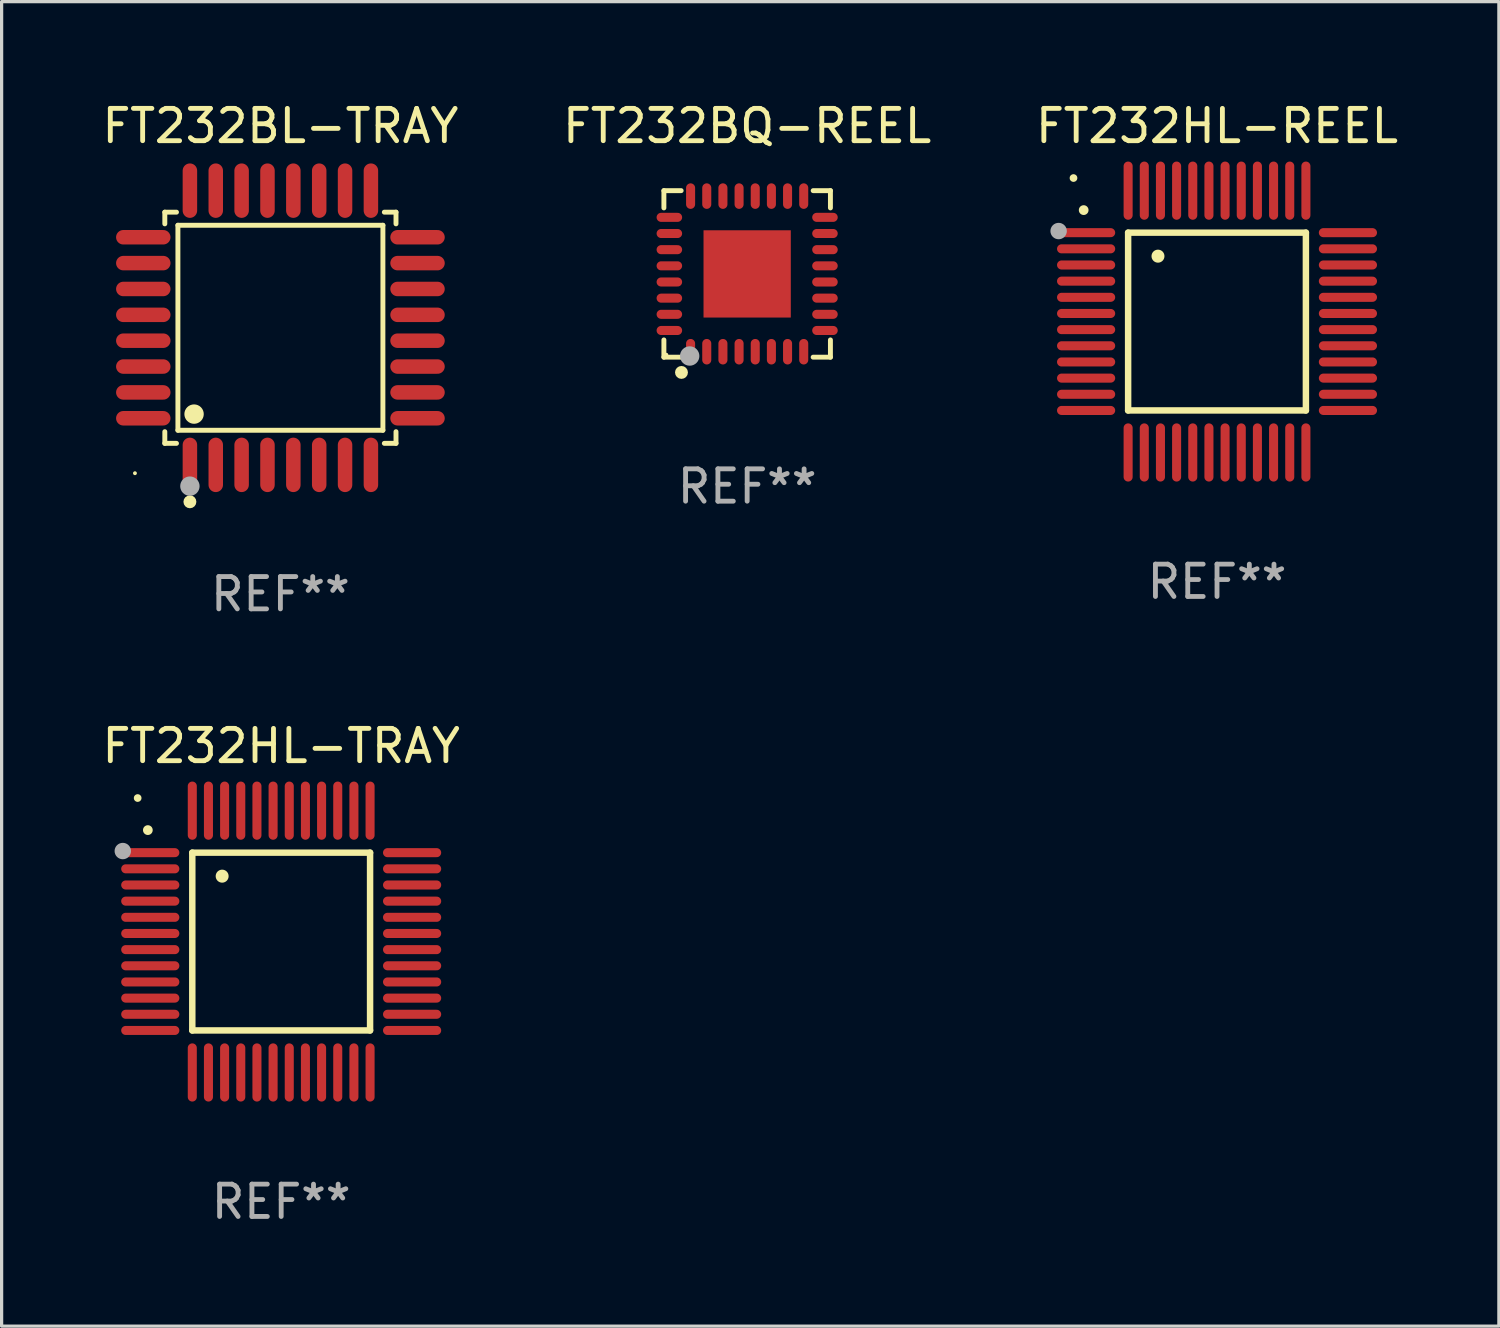
<source format=kicad_pcb>
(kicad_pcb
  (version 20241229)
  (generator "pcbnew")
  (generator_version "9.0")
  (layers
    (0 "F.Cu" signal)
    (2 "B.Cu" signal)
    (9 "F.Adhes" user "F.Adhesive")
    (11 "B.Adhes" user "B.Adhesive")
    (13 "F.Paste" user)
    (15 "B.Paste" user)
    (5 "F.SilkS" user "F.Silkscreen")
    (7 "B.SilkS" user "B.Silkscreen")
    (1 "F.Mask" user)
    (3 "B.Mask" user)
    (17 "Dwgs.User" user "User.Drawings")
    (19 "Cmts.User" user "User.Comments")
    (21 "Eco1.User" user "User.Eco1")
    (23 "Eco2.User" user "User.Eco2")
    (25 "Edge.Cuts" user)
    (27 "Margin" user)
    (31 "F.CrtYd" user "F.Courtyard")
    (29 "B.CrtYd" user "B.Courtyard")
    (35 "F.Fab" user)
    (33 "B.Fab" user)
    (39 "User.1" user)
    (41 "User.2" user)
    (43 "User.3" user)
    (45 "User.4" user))
  (footprint "FT232BQ-REEL"
    (layer "F.Cu")
    (at 20.065 5.424)
    (property "Reference" "FT232BQ-REEL" (at 0 -4.576 0) (layer "F.SilkS") (effects (font (size 1 1) (thickness 0.15))))
    (attr through_hole)
    (fp_line (start -2.576 -2.576) (end -2.576 -2.042) (stroke (width 0.152) (type solid)) (layer "F.SilkS"))
    (fp_line (start -2.576 2.576) (end -2.576 2.042) (stroke (width 0.152) (type solid)) (layer "F.SilkS"))
    (fp_line (start -2.042 -2.576) (end -2.576 -2.576) (stroke (width 0.152) (type solid)) (layer "F.SilkS"))
    (fp_line (start -2.042 2.576) (end -2.576 2.576) (stroke (width 0.152) (type solid)) (layer "F.SilkS"))
    (fp_line (start 2.042 -2.576) (end 2.576 -2.576) (stroke (width 0.152) (type solid)) (layer "F.SilkS"))
    (fp_line (start 2.042 2.576) (end 2.576 2.576) (stroke (width 0.152) (type solid)) (layer "F.SilkS"))
    (fp_line (start 2.576 -2.576) (end 2.576 -2.042) (stroke (width 0.152) (type solid)) (layer "F.SilkS"))
    (fp_line (start 2.576 2.576) (end 2.576 2.042) (stroke (width 0.152) (type solid)) (layer "F.SilkS"))
    (fp_circle (center -2.5 2.5) (end -2.47 2.5) (stroke (width 0.06) (type solid)) (fill no) (layer "F.SilkS"))
    (fp_circle (center -2.032 3.048) (end -1.932 3.048) (stroke (width 0.2) (type solid)) (fill no) (layer "F.SilkS"))
    (fp_circle (center -1.778 2.54) (end -1.628 2.54) (stroke (width 0.3) (type solid)) (fill no) (layer "F.Fab"))
    (fp_text user "REF**" (at 0 6.576 0) (layer "F.Fab") (effects (font (size 1 1) (thickness 0.15))))
    (pad "1" smd oval (at -1.75 2.407 90) (size 0.79 0.28) (layers "F.Cu" "F.Mask" "F.Paste"))
    (pad "2" smd oval (at -1.25 2.407 90) (size 0.79 0.28) (layers "F.Cu" "F.Mask" "F.Paste"))
    (pad "3" smd oval (at -0.75 2.407 90) (size 0.79 0.28) (layers "F.Cu" "F.Mask" "F.Paste"))
    (pad "4" smd oval (at -0.25 2.407 90) (size 0.79 0.28) (layers "F.Cu" "F.Mask" "F.Paste"))
    (pad "5" smd oval (at 0.25 2.407 90) (size 0.79 0.28) (layers "F.Cu" "F.Mask" "F.Paste"))
    (pad "6" smd oval (at 0.75 2.407 90) (size 0.79 0.28) (layers "F.Cu" "F.Mask" "F.Paste"))
    (pad "7" smd oval (at 1.25 2.407 90) (size 0.79 0.28) (layers "F.Cu" "F.Mask" "F.Paste"))
    (pad "8" smd oval (at 1.75 2.407 90) (size 0.79 0.28) (layers "F.Cu" "F.Mask" "F.Paste"))
    (pad "9" smd oval (at 2.407 1.75 90) (size 0.28 0.79) (layers "F.Cu" "F.Mask" "F.Paste"))
    (pad "10" smd oval (at 2.407 1.25 90) (size 0.28 0.79) (layers "F.Cu" "F.Mask" "F.Paste"))
    (pad "11" smd oval (at 2.407 0.75 90) (size 0.28 0.79) (layers "F.Cu" "F.Mask" "F.Paste"))
    (pad "12" smd oval (at 2.407 0.25 90) (size 0.28 0.79) (layers "F.Cu" "F.Mask" "F.Paste"))
    (pad "13" smd oval (at 2.407 -0.25 90) (size 0.28 0.79) (layers "F.Cu" "F.Mask" "F.Paste"))
    (pad "14" smd oval (at 2.407 -0.75 90) (size 0.28 0.79) (layers "F.Cu" "F.Mask" "F.Paste"))
    (pad "15" smd oval (at 2.407 -1.25 90) (size 0.28 0.79) (layers "F.Cu" "F.Mask" "F.Paste"))
    (pad "16" smd oval (at 2.407 -1.75 90) (size 0.28 0.79) (layers "F.Cu" "F.Mask" "F.Paste"))
    (pad "17" smd oval (at 1.75 -2.407 90) (size 0.79 0.28) (layers "F.Cu" "F.Mask" "F.Paste"))
    (pad "18" smd oval (at 1.25 -2.407 90) (size 0.79 0.28) (layers "F.Cu" "F.Mask" "F.Paste"))
    (pad "19" smd oval (at 0.75 -2.407 90) (size 0.79 0.28) (layers "F.Cu" "F.Mask" "F.Paste"))
    (pad "20" smd oval (at 0.25 -2.407 90) (size 0.79 0.28) (layers "F.Cu" "F.Mask" "F.Paste"))
    (pad "21" smd oval (at -0.25 -2.407 90) (size 0.79 0.28) (layers "F.Cu" "F.Mask" "F.Paste"))
    (pad "22" smd oval (at -0.75 -2.407 90) (size 0.79 0.28) (layers "F.Cu" "F.Mask" "F.Paste"))
    (pad "23" smd oval (at -1.25 -2.407 90) (size 0.79 0.28) (layers "F.Cu" "F.Mask" "F.Paste"))
    (pad "24" smd oval (at -1.75 -2.407 90) (size 0.79 0.28) (layers "F.Cu" "F.Mask" "F.Paste"))
    (pad "25" smd oval (at -2.407 -1.75 90) (size 0.28 0.79) (layers "F.Cu" "F.Mask" "F.Paste"))
    (pad "26" smd oval (at -2.407 -1.25 90) (size 0.28 0.79) (layers "F.Cu" "F.Mask" "F.Paste"))
    (pad "27" smd oval (at -2.407 -0.75 90) (size 0.28 0.79) (layers "F.Cu" "F.Mask" "F.Paste"))
    (pad "28" smd oval (at -2.407 -0.25 90) (size 0.28 0.79) (layers "F.Cu" "F.Mask" "F.Paste"))
    (pad "29" smd oval (at -2.407 0.25 90) (size 0.28 0.79) (layers "F.Cu" "F.Mask" "F.Paste"))
    (pad "30" smd oval (at -2.407 0.75 90) (size 0.28 0.79) (layers "F.Cu" "F.Mask" "F.Paste"))
    (pad "31" smd oval (at -2.407 1.25 90) (size 0.28 0.79) (layers "F.Cu" "F.Mask" "F.Paste"))
    (pad "32" smd oval (at -2.407 1.75 90) (size 0.28 0.79) (layers "F.Cu" "F.Mask" "F.Paste"))
    (pad "33" smd rect (at 0 0 90) (size 2.7 2.7) (layers "F.Cu" "F.Mask" "F.Paste")))
  (footprint "FT232BL-TRAY"
    (layer "F.Cu")
    (at 5.625 7.09)
    (property "Reference" "FT232BL-TRAY" (at 0 -6.242 0) (layer "F.SilkS") (effects (font (size 1 1) (thickness 0.15))))
    (attr through_hole)
    (fp_line (start -3.576 -3.576) (end -3.215 -3.576) (stroke (width 0.152) (type solid)) (layer "F.SilkS"))
    (fp_line (start -3.576 -3.215) (end -3.576 -3.576) (stroke (width 0.152) (type solid)) (layer "F.SilkS"))
    (fp_line (start -3.576 3.215) (end -3.576 3.576) (stroke (width 0.152) (type solid)) (layer "F.SilkS"))
    (fp_line (start -3.576 3.576) (end -3.215 3.576) (stroke (width 0.152) (type solid)) (layer "F.SilkS"))
    (fp_line (start -3.171 -3.171) (end 3.171 -3.171) (stroke (width 0.152) (type solid)) (layer "F.SilkS"))
    (fp_line (start -3.171 3.171) (end -3.171 -3.171) (stroke (width 0.152) (type solid)) (layer "F.SilkS"))
    (fp_line (start 3.171 -3.171) (end 3.171 3.171) (stroke (width 0.152) (type solid)) (layer "F.SilkS"))
    (fp_line (start 3.171 3.171) (end -3.171 3.171) (stroke (width 0.152) (type solid)) (layer "F.SilkS"))
    (fp_line (start 3.576 -3.576) (end 3.215 -3.576) (stroke (width 0.152) (type solid)) (layer "F.SilkS"))
    (fp_line (start 3.576 -3.215) (end 3.576 -3.576) (stroke (width 0.152) (type solid)) (layer "F.SilkS"))
    (fp_line (start 3.576 3.215) (end 3.576 3.576) (stroke (width 0.152) (type solid)) (layer "F.SilkS"))
    (fp_line (start 3.576 3.576) (end 3.215 3.576) (stroke (width 0.152) (type solid)) (layer "F.SilkS"))
    (fp_circle (center -4.5 4.5) (end -4.47 4.5) (stroke (width 0.06) (type solid)) (fill no) (layer "F.SilkS"))
    (fp_circle (center -2.8 5.384) (end -2.7 5.384) (stroke (width 0.2) (type solid)) (fill no) (layer "F.SilkS"))
    (fp_circle (center -2.671 2.671) (end -2.521 2.671) (stroke (width 0.3) (type solid)) (fill no) (layer "F.SilkS"))
    (fp_circle (center -2.8 4.9) (end -2.65 4.9) (stroke (width 0.3) (type solid)) (fill no) (layer "F.Fab"))
    (fp_text user "REF**" (at 0 8.242 0) (layer "F.Fab") (effects (font (size 1 1) (thickness 0.15))))
    (pad "1" smd oval (at -2.8 4.242) (size 0.448 1.684) (layers "F.Cu" "F.Mask" "F.Paste"))
    (pad "2" smd oval (at -2 4.242) (size 0.448 1.684) (layers "F.Cu" "F.Mask" "F.Paste"))
    (pad "3" smd oval (at -1.2 4.242) (size 0.448 1.684) (layers "F.Cu" "F.Mask" "F.Paste"))
    (pad "4" smd oval (at -0.4 4.242) (size 0.448 1.684) (layers "F.Cu" "F.Mask" "F.Paste"))
    (pad "5" smd oval (at 0.4 4.242) (size 0.448 1.684) (layers "F.Cu" "F.Mask" "F.Paste"))
    (pad "6" smd oval (at 1.2 4.242) (size 0.448 1.684) (layers "F.Cu" "F.Mask" "F.Paste"))
    (pad "7" smd oval (at 2 4.242) (size 0.448 1.684) (layers "F.Cu" "F.Mask" "F.Paste"))
    (pad "8" smd oval (at 2.8 4.242) (size 0.448 1.684) (layers "F.Cu" "F.Mask" "F.Paste"))
    (pad "9" smd oval (at 4.242 2.8) (size 1.684 0.448) (layers "F.Cu" "F.Mask" "F.Paste"))
    (pad "10" smd oval (at 4.242 2) (size 1.684 0.448) (layers "F.Cu" "F.Mask" "F.Paste"))
    (pad "11" smd oval (at 4.242 1.2) (size 1.684 0.448) (layers "F.Cu" "F.Mask" "F.Paste"))
    (pad "12" smd oval (at 4.242 0.4) (size 1.684 0.448) (layers "F.Cu" "F.Mask" "F.Paste"))
    (pad "13" smd oval (at 4.242 -0.4) (size 1.684 0.448) (layers "F.Cu" "F.Mask" "F.Paste"))
    (pad "14" smd oval (at 4.242 -1.2) (size 1.684 0.448) (layers "F.Cu" "F.Mask" "F.Paste"))
    (pad "15" smd oval (at 4.242 -2) (size 1.684 0.448) (layers "F.Cu" "F.Mask" "F.Paste"))
    (pad "16" smd oval (at 4.242 -2.8) (size 1.684 0.448) (layers "F.Cu" "F.Mask" "F.Paste"))
    (pad "17" smd oval (at 2.8 -4.242) (size 0.448 1.684) (layers "F.Cu" "F.Mask" "F.Paste"))
    (pad "18" smd oval (at 2 -4.242) (size 0.448 1.684) (layers "F.Cu" "F.Mask" "F.Paste"))
    (pad "19" smd oval (at 1.2 -4.242) (size 0.448 1.684) (layers "F.Cu" "F.Mask" "F.Paste"))
    (pad "20" smd oval (at 0.4 -4.242) (size 0.448 1.684) (layers "F.Cu" "F.Mask" "F.Paste"))
    (pad "21" smd oval (at -0.4 -4.242) (size 0.448 1.684) (layers "F.Cu" "F.Mask" "F.Paste"))
    (pad "22" smd oval (at -1.2 -4.242) (size 0.448 1.684) (layers "F.Cu" "F.Mask" "F.Paste"))
    (pad "23" smd oval (at -2 -4.242) (size 0.448 1.684) (layers "F.Cu" "F.Mask" "F.Paste"))
    (pad "24" smd oval (at -2.8 -4.242) (size 0.448 1.684) (layers "F.Cu" "F.Mask" "F.Paste"))
    (pad "25" smd oval (at -4.242 -2.8) (size 1.684 0.448) (layers "F.Cu" "F.Mask" "F.Paste"))
    (pad "26" smd oval (at -4.242 -2) (size 1.684 0.448) (layers "F.Cu" "F.Mask" "F.Paste"))
    (pad "27" smd oval (at -4.242 -1.2) (size 1.684 0.448) (layers "F.Cu" "F.Mask" "F.Paste"))
    (pad "28" smd oval (at -4.242 -0.4) (size 1.684 0.448) (layers "F.Cu" "F.Mask" "F.Paste"))
    (pad "29" smd oval (at -4.242 0.4) (size 1.684 0.448) (layers "F.Cu" "F.Mask" "F.Paste"))
    (pad "30" smd oval (at -4.242 1.2) (size 1.684 0.448) (layers "F.Cu" "F.Mask" "F.Paste"))
    (pad "31" smd oval (at -4.242 2) (size 1.684 0.448) (layers "F.Cu" "F.Mask" "F.Paste"))
    (pad "32" smd oval (at -4.242 2.8) (size 1.684 0.448) (layers "F.Cu" "F.Mask" "F.Paste")))
  (footprint "FT232HL-REEL"
    (layer "F.Cu")
    (at 34.601 6.898)
    (property "Reference" "FT232HL-REEL" (at 0 -6.05 0) (layer "F.SilkS") (effects (font (size 1 1) (thickness 0.15))))
    (attr through_hole)
    (fp_line (start -2.75 -2.75) (end 2.75 -2.75) (stroke (width 0.2) (type solid)) (layer "F.SilkS"))
    (fp_line (start -2.75 2.75) (end -2.75 -2.75) (stroke (width 0.2) (type solid)) (layer "F.SilkS"))
    (fp_line (start 2.75 -2.75) (end 2.75 2.75) (stroke (width 0.2) (type solid)) (layer "F.SilkS"))
    (fp_line (start 2.75 2.75) (end -2.75 2.75) (stroke (width 0.2) (type solid)) (layer "F.SilkS"))
    (fp_arc (start -4.124968 -3.446787) (mid -4.124973 -3.448057) (end -4.124968 -3.449327) (stroke (width 0.3) (type solid)) (layer "F.SilkS"))
    (fp_arc (start -1.826264 -2.021844) (mid -1.826268 -2.023114) (end -1.826264 -2.024384) (stroke (width 0.4) (type solid)) (layer "F.SilkS"))
    (fp_circle (center -4.44 -4.44) (end -4.38 -4.44) (stroke (width 0.12) (type solid)) (fill no) (layer "F.SilkS"))
    (fp_circle (center -4.9 -2.8) (end -4.773 -2.8) (stroke (width 0.254) (type solid)) (fill no) (layer "F.Fab"))
    (fp_text user "REF**" (at 0 8.05 0) (layer "F.Fab") (effects (font (size 1 1) (thickness 0.15))))
    (pad "1" smd oval (at -4.05 -2.75 90) (size 0.28 1.8) (layers "F.Cu" "F.Mask" "F.Paste"))
    (pad "2" smd oval (at -4.05 -2.25 90) (size 0.28 1.8) (layers "F.Cu" "F.Mask" "F.Paste"))
    (pad "3" smd oval (at -4.05 -1.75 90) (size 0.28 1.8) (layers "F.Cu" "F.Mask" "F.Paste"))
    (pad "4" smd oval (at -4.05 -1.25 90) (size 0.28 1.8) (layers "F.Cu" "F.Mask" "F.Paste"))
    (pad "5" smd oval (at -4.05 -0.75 90) (size 0.28 1.8) (layers "F.Cu" "F.Mask" "F.Paste"))
    (pad "6" smd oval (at -4.05 -0.25 90) (size 0.28 1.8) (layers "F.Cu" "F.Mask" "F.Paste"))
    (pad "7" smd oval (at -4.05 0.25 90) (size 0.28 1.8) (layers "F.Cu" "F.Mask" "F.Paste"))
    (pad "8" smd oval (at -4.05 0.75 90) (size 0.28 1.8) (layers "F.Cu" "F.Mask" "F.Paste"))
    (pad "9" smd oval (at -4.05 1.25 90) (size 0.28 1.8) (layers "F.Cu" "F.Mask" "F.Paste"))
    (pad "10" smd oval (at -4.05 1.75 90) (size 0.28 1.8) (layers "F.Cu" "F.Mask" "F.Paste"))
    (pad "11" smd oval (at -4.05 2.25 90) (size 0.28 1.8) (layers "F.Cu" "F.Mask" "F.Paste"))
    (pad "12" smd oval (at -4.05 2.75 90) (size 0.28 1.8) (layers "F.Cu" "F.Mask" "F.Paste"))
    (pad "13" smd oval (at -2.75 4.05) (size 0.28 1.8) (layers "F.Cu" "F.Mask" "F.Paste"))
    (pad "14" smd oval (at -2.25 4.05) (size 0.28 1.8) (layers "F.Cu" "F.Mask" "F.Paste"))
    (pad "15" smd oval (at -1.75 4.05) (size 0.28 1.8) (layers "F.Cu" "F.Mask" "F.Paste"))
    (pad "16" smd oval (at -1.25 4.05) (size 0.28 1.8) (layers "F.Cu" "F.Mask" "F.Paste"))
    (pad "17" smd oval (at -0.75 4.05) (size 0.28 1.8) (layers "F.Cu" "F.Mask" "F.Paste"))
    (pad "18" smd oval (at -0.25 4.05) (size 0.28 1.8) (layers "F.Cu" "F.Mask" "F.Paste"))
    (pad "19" smd oval (at 0.25 4.05) (size 0.28 1.8) (layers "F.Cu" "F.Mask" "F.Paste"))
    (pad "20" smd oval (at 0.75 4.05) (size 0.28 1.8) (layers "F.Cu" "F.Mask" "F.Paste"))
    (pad "21" smd oval (at 1.25 4.05) (size 0.28 1.8) (layers "F.Cu" "F.Mask" "F.Paste"))
    (pad "22" smd oval (at 1.75 4.05) (size 0.28 1.8) (layers "F.Cu" "F.Mask" "F.Paste"))
    (pad "23" smd oval (at 2.25 4.05) (size 0.28 1.8) (layers "F.Cu" "F.Mask" "F.Paste"))
    (pad "24" smd oval (at 2.75 4.05) (size 0.28 1.8) (layers "F.Cu" "F.Mask" "F.Paste"))
    (pad "25" smd oval (at 4.05 2.75 90) (size 0.28 1.8) (layers "F.Cu" "F.Mask" "F.Paste"))
    (pad "26" smd oval (at 4.05 2.25 90) (size 0.28 1.8) (layers "F.Cu" "F.Mask" "F.Paste"))
    (pad "27" smd oval (at 4.05 1.75 90) (size 0.28 1.8) (layers "F.Cu" "F.Mask" "F.Paste"))
    (pad "28" smd oval (at 4.05 1.25 90) (size 0.28 1.8) (layers "F.Cu" "F.Mask" "F.Paste"))
    (pad "29" smd oval (at 4.05 0.75 90) (size 0.28 1.8) (layers "F.Cu" "F.Mask" "F.Paste"))
    (pad "30" smd oval (at 4.05 0.25 90) (size 0.28 1.8) (layers "F.Cu" "F.Mask" "F.Paste"))
    (pad "31" smd oval (at 4.05 -0.25 90) (size 0.28 1.8) (layers "F.Cu" "F.Mask" "F.Paste"))
    (pad "32" smd oval (at 4.05 -0.75 90) (size 0.28 1.8) (layers "F.Cu" "F.Mask" "F.Paste"))
    (pad "33" smd oval (at 4.05 -1.25 90) (size 0.28 1.8) (layers "F.Cu" "F.Mask" "F.Paste"))
    (pad "34" smd oval (at 4.05 -1.75 90) (size 0.28 1.8) (layers "F.Cu" "F.Mask" "F.Paste"))
    (pad "35" smd oval (at 4.05 -2.25 90) (size 0.28 1.8) (layers "F.Cu" "F.Mask" "F.Paste"))
    (pad "36" smd oval (at 4.05 -2.75 90) (size 0.28 1.8) (layers "F.Cu" "F.Mask" "F.Paste"))
    (pad "37" smd oval (at 2.75 -4.05) (size 0.28 1.8) (layers "F.Cu" "F.Mask" "F.Paste"))
    (pad "38" smd oval (at 2.25 -4.05) (size 0.28 1.8) (layers "F.Cu" "F.Mask" "F.Paste"))
    (pad "39" smd oval (at 1.75 -4.05) (size 0.28 1.8) (layers "F.Cu" "F.Mask" "F.Paste"))
    (pad "40" smd oval (at 1.25 -4.05) (size 0.28 1.8) (layers "F.Cu" "F.Mask" "F.Paste"))
    (pad "41" smd oval (at 0.75 -4.05) (size 0.28 1.8) (layers "F.Cu" "F.Mask" "F.Paste"))
    (pad "42" smd oval (at 0.25 -4.05) (size 0.28 1.8) (layers "F.Cu" "F.Mask" "F.Paste"))
    (pad "43" smd oval (at -0.25 -4.05) (size 0.28 1.8) (layers "F.Cu" "F.Mask" "F.Paste"))
    (pad "44" smd oval (at -0.75 -4.05) (size 0.28 1.8) (layers "F.Cu" "F.Mask" "F.Paste"))
    (pad "45" smd oval (at -1.25 -4.05) (size 0.28 1.8) (layers "F.Cu" "F.Mask" "F.Paste"))
    (pad "46" smd oval (at -1.75 -4.05) (size 0.28 1.8) (layers "F.Cu" "F.Mask" "F.Paste"))
    (pad "47" smd oval (at -2.25 -4.05) (size 0.28 1.8) (layers "F.Cu" "F.Mask" "F.Paste"))
    (pad "48" smd oval (at -2.75 -4.05) (size 0.28 1.8) (layers "F.Cu" "F.Mask" "F.Paste")))
  (footprint "FT232HL-TRAY"
    (layer "F.Cu")
    (at 5.649 26.079)
    (property "Reference" "FT232HL-TRAY" (at 0 -6.05 0) (layer "F.SilkS") (effects (font (size 1 1) (thickness 0.15))))
    (attr through_hole)
    (fp_line (start -2.75 -2.75) (end 2.75 -2.75) (stroke (width 0.2) (type solid)) (layer "F.SilkS"))
    (fp_line (start -2.75 2.75) (end -2.75 -2.75) (stroke (width 0.2) (type solid)) (layer "F.SilkS"))
    (fp_line (start 2.75 -2.75) (end 2.75 2.75) (stroke (width 0.2) (type solid)) (layer "F.SilkS"))
    (fp_line (start 2.75 2.75) (end -2.75 2.75) (stroke (width 0.2) (type solid)) (layer "F.SilkS"))
    (fp_arc (start -4.124968 -3.446787) (mid -4.124973 -3.448057) (end -4.124968 -3.449327) (stroke (width 0.3) (type solid)) (layer "F.SilkS"))
    (fp_arc (start -1.826264 -2.021844) (mid -1.826268 -2.023114) (end -1.826264 -2.024384) (stroke (width 0.4) (type solid)) (layer "F.SilkS"))
    (fp_circle (center -4.44 -4.44) (end -4.38 -4.44) (stroke (width 0.12) (type solid)) (fill no) (layer "F.SilkS"))
    (fp_circle (center -4.9 -2.8) (end -4.773 -2.8) (stroke (width 0.254) (type solid)) (fill no) (layer "F.Fab"))
    (fp_text user "REF**" (at 0 8.05 0) (layer "F.Fab") (effects (font (size 1 1) (thickness 0.15))))
    (pad "1" smd oval (at -4.05 -2.75 90) (size 0.28 1.8) (layers "F.Cu" "F.Mask" "F.Paste"))
    (pad "2" smd oval (at -4.05 -2.25 90) (size 0.28 1.8) (layers "F.Cu" "F.Mask" "F.Paste"))
    (pad "3" smd oval (at -4.05 -1.75 90) (size 0.28 1.8) (layers "F.Cu" "F.Mask" "F.Paste"))
    (pad "4" smd oval (at -4.05 -1.25 90) (size 0.28 1.8) (layers "F.Cu" "F.Mask" "F.Paste"))
    (pad "5" smd oval (at -4.05 -0.75 90) (size 0.28 1.8) (layers "F.Cu" "F.Mask" "F.Paste"))
    (pad "6" smd oval (at -4.05 -0.25 90) (size 0.28 1.8) (layers "F.Cu" "F.Mask" "F.Paste"))
    (pad "7" smd oval (at -4.05 0.25 90) (size 0.28 1.8) (layers "F.Cu" "F.Mask" "F.Paste"))
    (pad "8" smd oval (at -4.05 0.75 90) (size 0.28 1.8) (layers "F.Cu" "F.Mask" "F.Paste"))
    (pad "9" smd oval (at -4.05 1.25 90) (size 0.28 1.8) (layers "F.Cu" "F.Mask" "F.Paste"))
    (pad "10" smd oval (at -4.05 1.75 90) (size 0.28 1.8) (layers "F.Cu" "F.Mask" "F.Paste"))
    (pad "11" smd oval (at -4.05 2.25 90) (size 0.28 1.8) (layers "F.Cu" "F.Mask" "F.Paste"))
    (pad "12" smd oval (at -4.05 2.75 90) (size 0.28 1.8) (layers "F.Cu" "F.Mask" "F.Paste"))
    (pad "13" smd oval (at -2.75 4.05) (size 0.28 1.8) (layers "F.Cu" "F.Mask" "F.Paste"))
    (pad "14" smd oval (at -2.25 4.05) (size 0.28 1.8) (layers "F.Cu" "F.Mask" "F.Paste"))
    (pad "15" smd oval (at -1.75 4.05) (size 0.28 1.8) (layers "F.Cu" "F.Mask" "F.Paste"))
    (pad "16" smd oval (at -1.25 4.05) (size 0.28 1.8) (layers "F.Cu" "F.Mask" "F.Paste"))
    (pad "17" smd oval (at -0.75 4.05) (size 0.28 1.8) (layers "F.Cu" "F.Mask" "F.Paste"))
    (pad "18" smd oval (at -0.25 4.05) (size 0.28 1.8) (layers "F.Cu" "F.Mask" "F.Paste"))
    (pad "19" smd oval (at 0.25 4.05) (size 0.28 1.8) (layers "F.Cu" "F.Mask" "F.Paste"))
    (pad "20" smd oval (at 0.75 4.05) (size 0.28 1.8) (layers "F.Cu" "F.Mask" "F.Paste"))
    (pad "21" smd oval (at 1.25 4.05) (size 0.28 1.8) (layers "F.Cu" "F.Mask" "F.Paste"))
    (pad "22" smd oval (at 1.75 4.05) (size 0.28 1.8) (layers "F.Cu" "F.Mask" "F.Paste"))
    (pad "23" smd oval (at 2.25 4.05) (size 0.28 1.8) (layers "F.Cu" "F.Mask" "F.Paste"))
    (pad "24" smd oval (at 2.75 4.05) (size 0.28 1.8) (layers "F.Cu" "F.Mask" "F.Paste"))
    (pad "25" smd oval (at 4.05 2.75 90) (size 0.28 1.8) (layers "F.Cu" "F.Mask" "F.Paste"))
    (pad "26" smd oval (at 4.05 2.25 90) (size 0.28 1.8) (layers "F.Cu" "F.Mask" "F.Paste"))
    (pad "27" smd oval (at 4.05 1.75 90) (size 0.28 1.8) (layers "F.Cu" "F.Mask" "F.Paste"))
    (pad "28" smd oval (at 4.05 1.25 90) (size 0.28 1.8) (layers "F.Cu" "F.Mask" "F.Paste"))
    (pad "29" smd oval (at 4.05 0.75 90) (size 0.28 1.8) (layers "F.Cu" "F.Mask" "F.Paste"))
    (pad "30" smd oval (at 4.05 0.25 90) (size 0.28 1.8) (layers "F.Cu" "F.Mask" "F.Paste"))
    (pad "31" smd oval (at 4.05 -0.25 90) (size 0.28 1.8) (layers "F.Cu" "F.Mask" "F.Paste"))
    (pad "32" smd oval (at 4.05 -0.75 90) (size 0.28 1.8) (layers "F.Cu" "F.Mask" "F.Paste"))
    (pad "33" smd oval (at 4.05 -1.25 90) (size 0.28 1.8) (layers "F.Cu" "F.Mask" "F.Paste"))
    (pad "34" smd oval (at 4.05 -1.75 90) (size 0.28 1.8) (layers "F.Cu" "F.Mask" "F.Paste"))
    (pad "35" smd oval (at 4.05 -2.25 90) (size 0.28 1.8) (layers "F.Cu" "F.Mask" "F.Paste"))
    (pad "36" smd oval (at 4.05 -2.75 90) (size 0.28 1.8) (layers "F.Cu" "F.Mask" "F.Paste"))
    (pad "37" smd oval (at 2.75 -4.05) (size 0.28 1.8) (layers "F.Cu" "F.Mask" "F.Paste"))
    (pad "38" smd oval (at 2.25 -4.05) (size 0.28 1.8) (layers "F.Cu" "F.Mask" "F.Paste"))
    (pad "39" smd oval (at 1.75 -4.05) (size 0.28 1.8) (layers "F.Cu" "F.Mask" "F.Paste"))
    (pad "40" smd oval (at 1.25 -4.05) (size 0.28 1.8) (layers "F.Cu" "F.Mask" "F.Paste"))
    (pad "41" smd oval (at 0.75 -4.05) (size 0.28 1.8) (layers "F.Cu" "F.Mask" "F.Paste"))
    (pad "42" smd oval (at 0.25 -4.05) (size 0.28 1.8) (layers "F.Cu" "F.Mask" "F.Paste"))
    (pad "43" smd oval (at -0.25 -4.05) (size 0.28 1.8) (layers "F.Cu" "F.Mask" "F.Paste"))
    (pad "44" smd oval (at -0.75 -4.05) (size 0.28 1.8) (layers "F.Cu" "F.Mask" "F.Paste"))
    (pad "45" smd oval (at -1.25 -4.05) (size 0.28 1.8) (layers "F.Cu" "F.Mask" "F.Paste"))
    (pad "46" smd oval (at -1.75 -4.05) (size 0.28 1.8) (layers "F.Cu" "F.Mask" "F.Paste"))
    (pad "47" smd oval (at -2.25 -4.05) (size 0.28 1.8) (layers "F.Cu" "F.Mask" "F.Paste"))
    (pad "48" smd oval (at -2.75 -4.05) (size 0.28 1.8) (layers "F.Cu" "F.Mask" "F.Paste")))
  (gr_rect
    (start -3 -3)
    (end 43.321 37.977)
    (stroke (width 0.1) (type default))
    (fill no)
    (layer "Edge.Cuts")))
</source>
